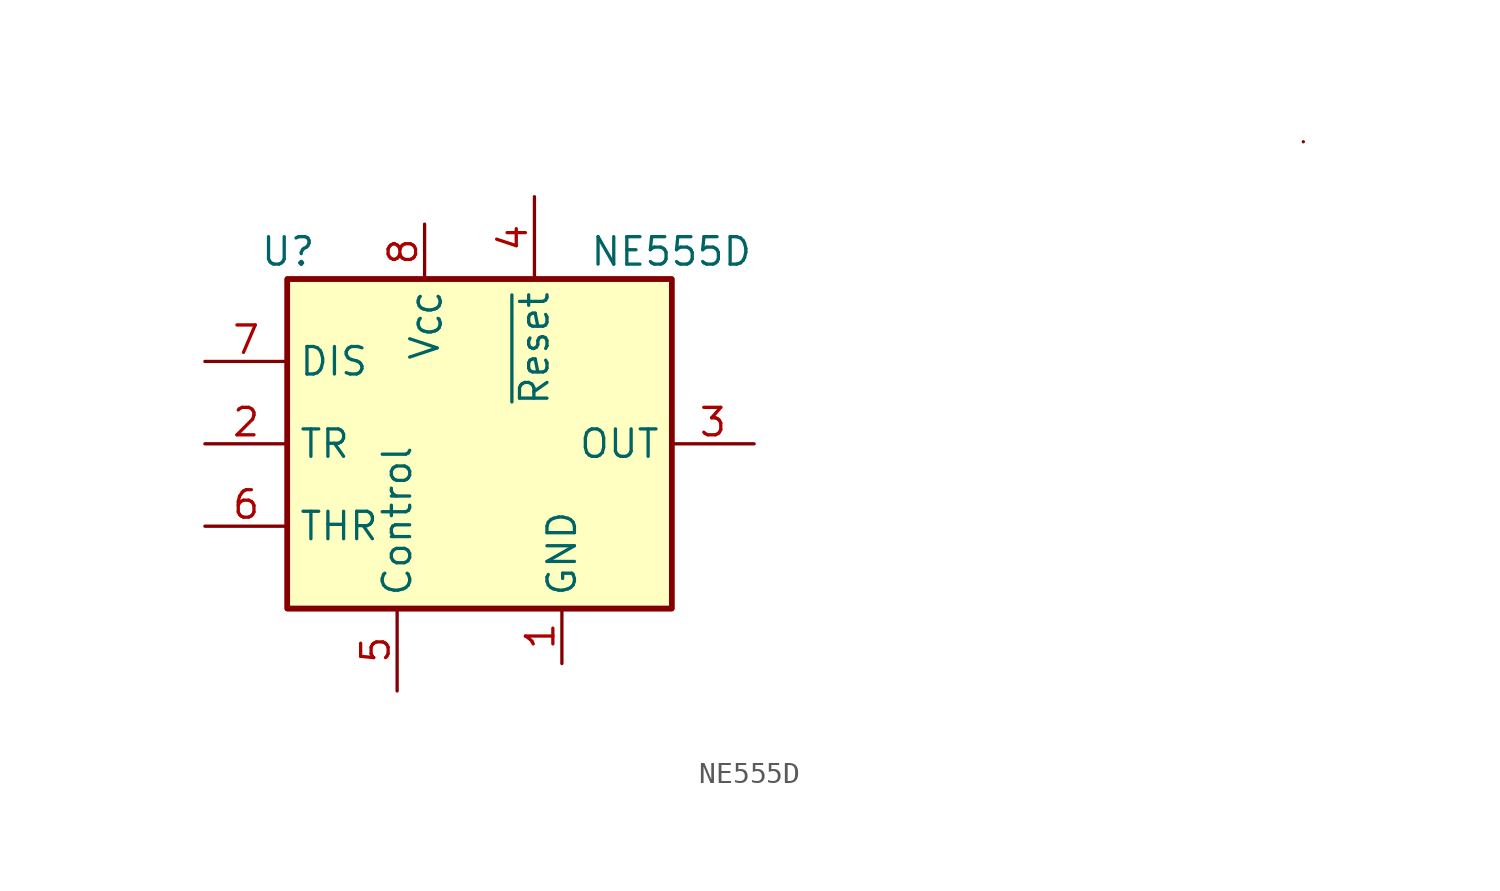
<source format=kicad_sym>
(kicad_symbol_lib
  (version 20211014)
  (generator kicad_symbol_editor)
  (symbol "NE555D"
    (property "Reference" "U"
      (at -10.16 8.89 0)
      (effects (font (size 1.27 1.27)) (justify left)))
    (property "Value" "NE555D"
      (at 5.08 8.89 0)
      (effects (font (size 1.27 1.27)) (justify left)))
    (symbol "NE555D_0_0"
      (pin power_in line (at 3.81 -10.16 90) (length 2.54) (name "GND" (effects (font (size 1.27 1.27)))) (number "1" (effects (font (size 1.27 1.27)))))
      (pin power_in line (at -2.54 10.16 270) (length 2.54) (name "V_{CC}" (effects (font (size 1.27 1.27)))) (number "8" (effects (font (size 1.27 1.27))))))
    (symbol "NE555D_0_1"
      (rectangle (start -8.89 -7.62) (end 8.89 7.62) (stroke (width 0.254) (type default) (color 0 0 0 0)) (fill (type background)))
      (rectangle (start -8.89 -7.62) (end 8.89 7.62) (stroke (width 0.254) (type default) (color 0 0 0 0)) (fill (type background)))
      (rectangle (start 38.1 13.97) (end 38.1 13.97) (stroke (width 0) (type default) (color 0 0 0 0)) (fill (type none))))
    (symbol "NE555D_1_1"
      (pin input line (at -12.7 0 0) (length 3.81) (name "TR" (effects (font (size 1.27 1.27)))) (number "2" (effects (font (size 1.27 1.27)))))
      (pin output line (at 12.7 0 180) (length 3.81) (name "OUT" (effects (font (size 1.27 1.27)))) (number "3" (effects (font (size 1.27 1.27)))))
      (pin input line (at 2.54 11.43 270) (length 3.81) (name "~{Reset}" (effects (font (size 1.27 1.27)))) (number "4" (effects (font (size 1.27 1.27)))))
      (pin input line (at -3.81 -11.43 90) (length 3.81) (name "Control" (effects (font (size 1.27 1.27)))) (number "5" (effects (font (size 1.27 1.27)))))
      (pin input line (at -12.7 -3.81 0) (length 3.81) (name "THR" (effects (font (size 1.27 1.27)))) (number "6" (effects (font (size 1.27 1.27)))))
      (pin input line (at -12.7 3.81 0) (length 3.81) (name "DIS" (effects (font (size 1.27 1.27)))) (number "7" (effects (font (size 1.27 1.27))))))))
</source>
